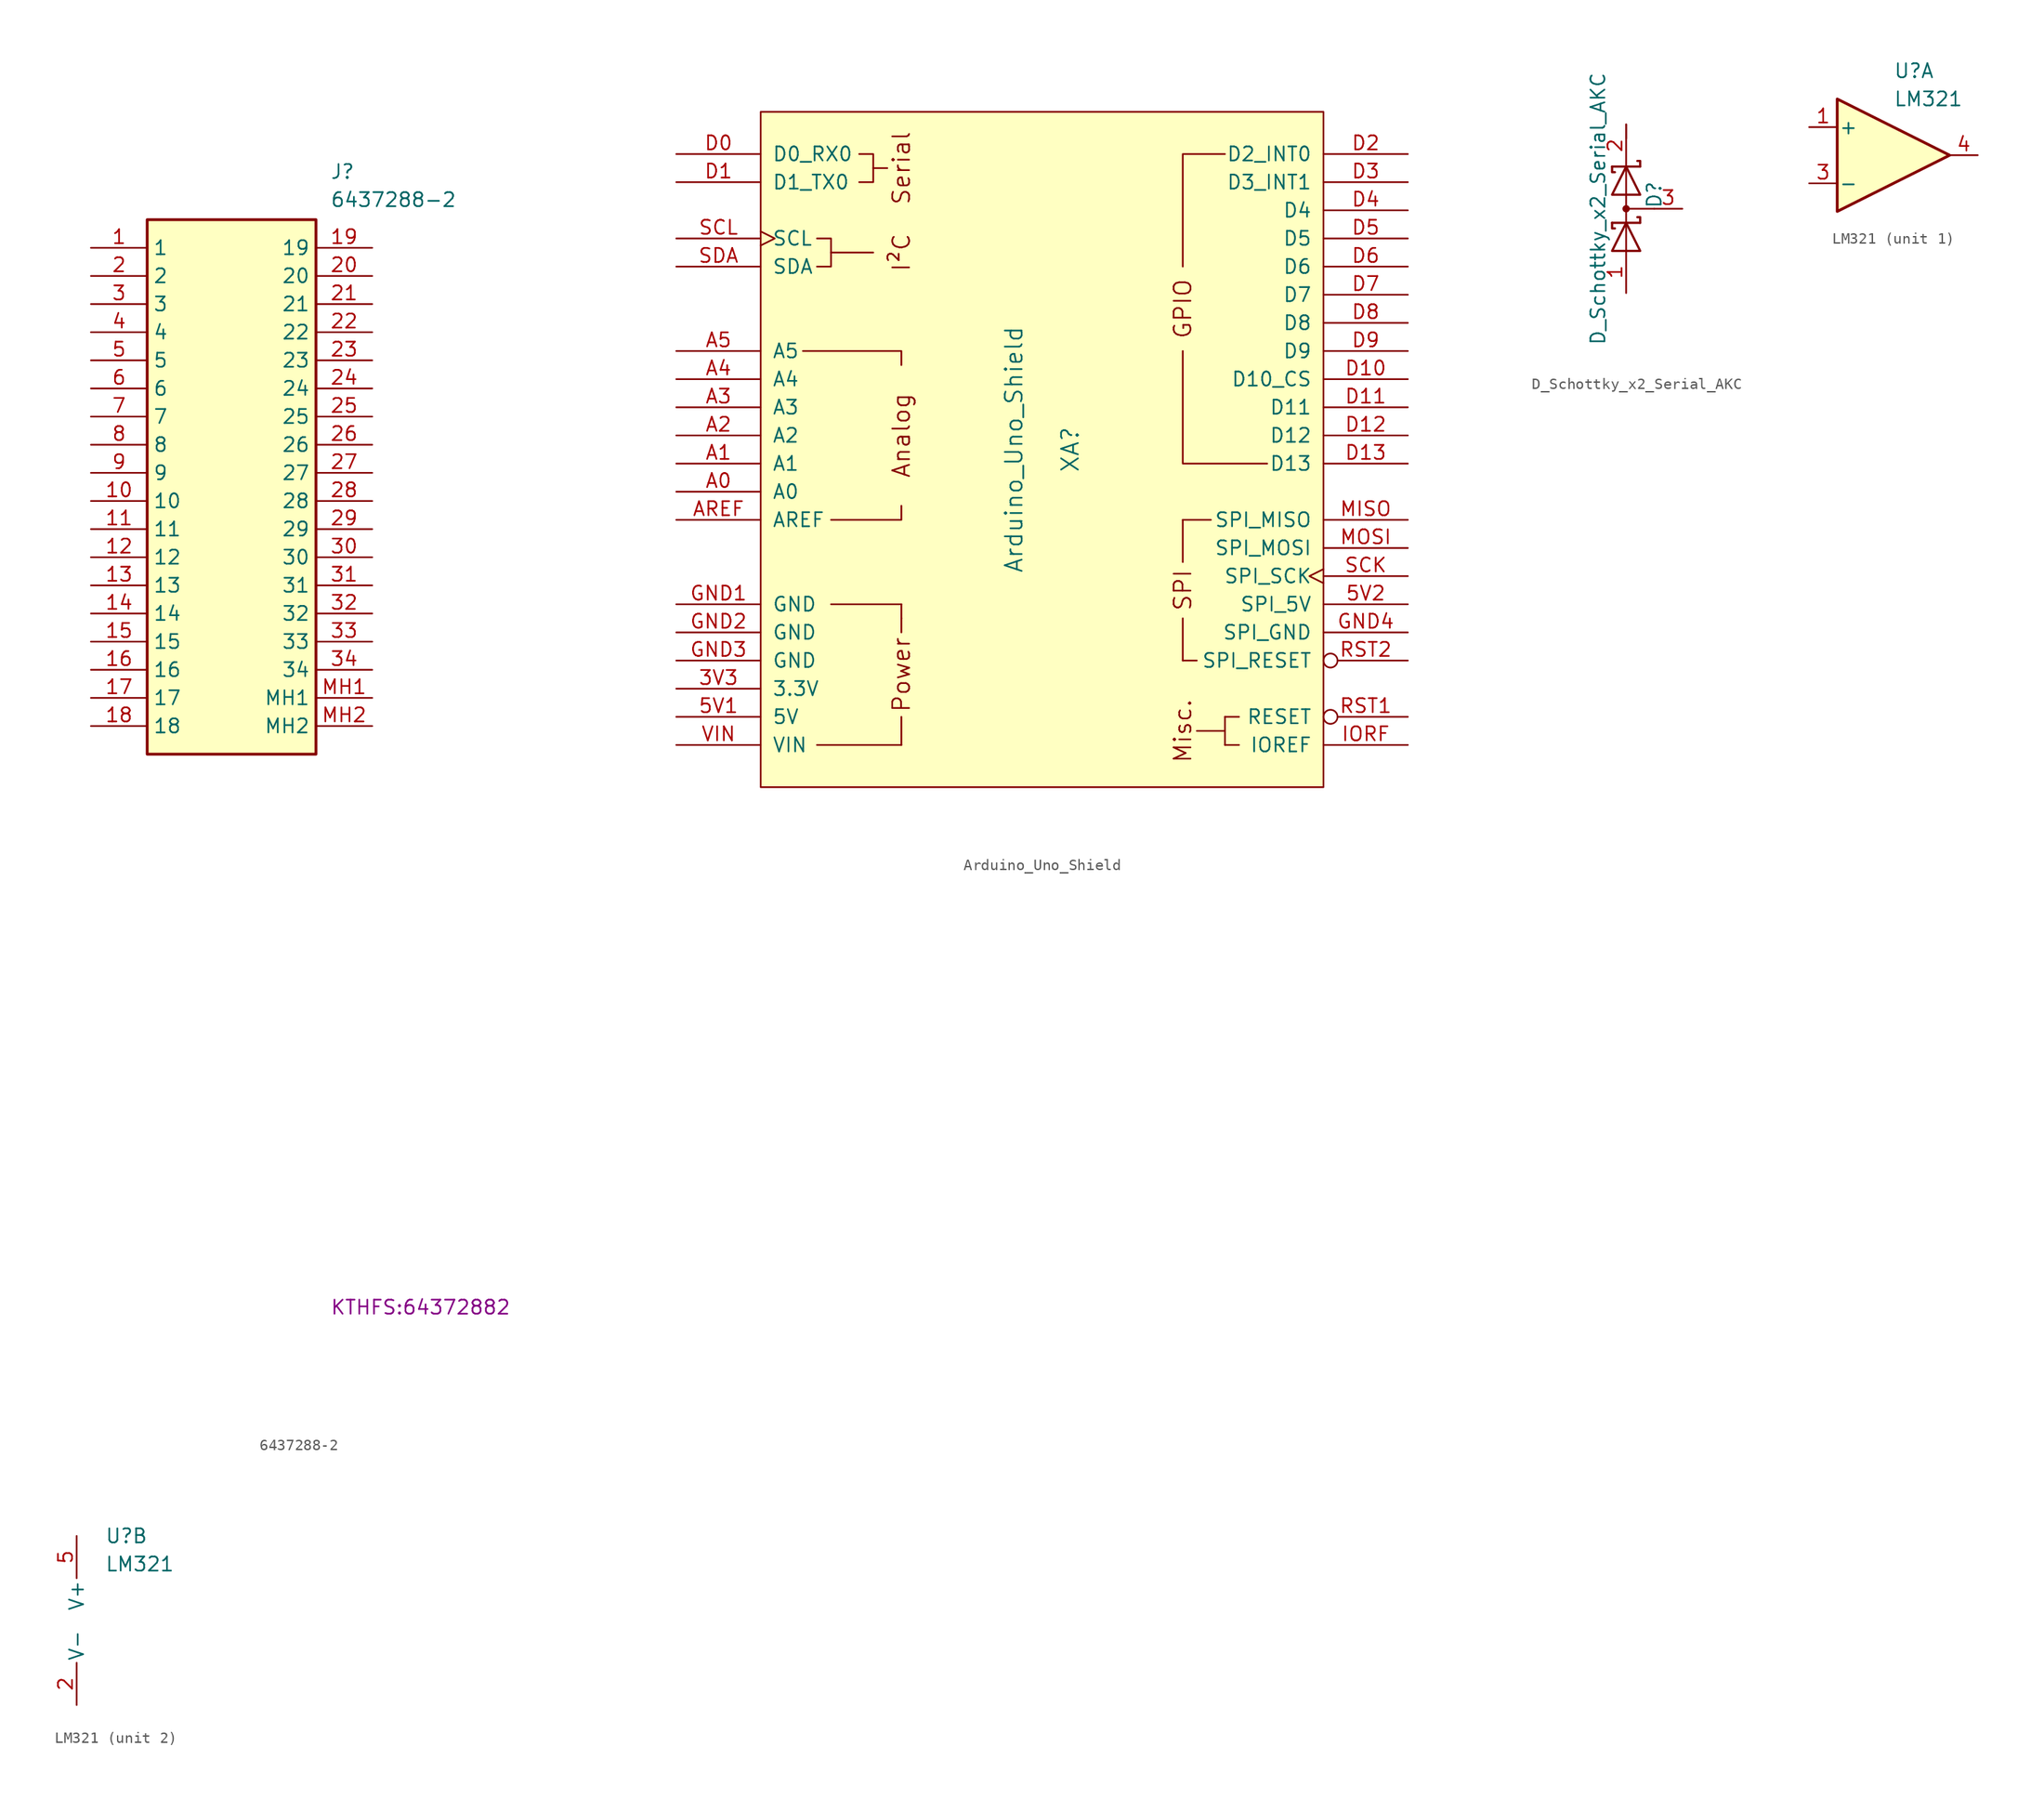
<source format=kicad_sym>
(kicad_symbol_lib
  (version 20241209)
  (generator "kicad_symbol_editor")
  (generator_version "9.0")
  (symbol "6437288-2"
    (property "Reference" "J"
      (at 21.59 7.62 0)
      (effects (font (size 1.27 1.27)) (justify left top)))
    (property "Value" "6437288-2"
      (at 21.59 5.08 0)
      (effects (font (size 1.27 1.27)) (justify left top)))
    (property "Footprint" "KTHFS:64372882"
      (at 21.59 -94.92 0)
      (effects (font (size 1.27 1.27)) (justify left top)))
    (symbol "6437288-2_1_1"
      (rectangle (start 5.08 2.54) (end 20.32 -45.72) (stroke (width 0.254) (type default)) (fill (type background)))
      (pin passive line (at 0 0 0) (length 5.08) (name "1" (effects (font (size 1.27 1.27)))) (number "1" (effects (font (size 1.27 1.27)))))
      (pin passive line (at 0 -2.54 0) (length 5.08) (name "2" (effects (font (size 1.27 1.27)))) (number "2" (effects (font (size 1.27 1.27)))))
      (pin passive line (at 0 -5.08 0) (length 5.08) (name "3" (effects (font (size 1.27 1.27)))) (number "3" (effects (font (size 1.27 1.27)))))
      (pin passive line (at 0 -7.62 0) (length 5.08) (name "4" (effects (font (size 1.27 1.27)))) (number "4" (effects (font (size 1.27 1.27)))))
      (pin passive line (at 0 -10.16 0) (length 5.08) (name "5" (effects (font (size 1.27 1.27)))) (number "5" (effects (font (size 1.27 1.27)))))
      (pin passive line (at 0 -12.7 0) (length 5.08) (name "6" (effects (font (size 1.27 1.27)))) (number "6" (effects (font (size 1.27 1.27)))))
      (pin passive line (at 0 -15.24 0) (length 5.08) (name "7" (effects (font (size 1.27 1.27)))) (number "7" (effects (font (size 1.27 1.27)))))
      (pin passive line (at 0 -17.78 0) (length 5.08) (name "8" (effects (font (size 1.27 1.27)))) (number "8" (effects (font (size 1.27 1.27)))))
      (pin passive line (at 0 -20.32 0) (length 5.08) (name "9" (effects (font (size 1.27 1.27)))) (number "9" (effects (font (size 1.27 1.27)))))
      (pin passive line (at 0 -22.86 0) (length 5.08) (name "10" (effects (font (size 1.27 1.27)))) (number "10" (effects (font (size 1.27 1.27)))))
      (pin passive line (at 0 -25.4 0) (length 5.08) (name "11" (effects (font (size 1.27 1.27)))) (number "11" (effects (font (size 1.27 1.27)))))
      (pin passive line (at 0 -27.94 0) (length 5.08) (name "12" (effects (font (size 1.27 1.27)))) (number "12" (effects (font (size 1.27 1.27)))))
      (pin passive line (at 0 -30.48 0) (length 5.08) (name "13" (effects (font (size 1.27 1.27)))) (number "13" (effects (font (size 1.27 1.27)))))
      (pin passive line (at 0 -33.02 0) (length 5.08) (name "14" (effects (font (size 1.27 1.27)))) (number "14" (effects (font (size 1.27 1.27)))))
      (pin passive line (at 0 -35.56 0) (length 5.08) (name "15" (effects (font (size 1.27 1.27)))) (number "15" (effects (font (size 1.27 1.27)))))
      (pin passive line (at 0 -38.1 0) (length 5.08) (name "16" (effects (font (size 1.27 1.27)))) (number "16" (effects (font (size 1.27 1.27)))))
      (pin passive line (at 0 -40.64 0) (length 5.08) (name "17" (effects (font (size 1.27 1.27)))) (number "17" (effects (font (size 1.27 1.27)))))
      (pin passive line (at 0 -43.18 0) (length 5.08) (name "18" (effects (font (size 1.27 1.27)))) (number "18" (effects (font (size 1.27 1.27)))))
      (pin passive line (at 25.4 0 180) (length 5.08) (name "19" (effects (font (size 1.27 1.27)))) (number "19" (effects (font (size 1.27 1.27)))))
      (pin passive line (at 25.4 -2.54 180) (length 5.08) (name "20" (effects (font (size 1.27 1.27)))) (number "20" (effects (font (size 1.27 1.27)))))
      (pin passive line (at 25.4 -5.08 180) (length 5.08) (name "21" (effects (font (size 1.27 1.27)))) (number "21" (effects (font (size 1.27 1.27)))))
      (pin passive line (at 25.4 -7.62 180) (length 5.08) (name "22" (effects (font (size 1.27 1.27)))) (number "22" (effects (font (size 1.27 1.27)))))
      (pin passive line (at 25.4 -10.16 180) (length 5.08) (name "23" (effects (font (size 1.27 1.27)))) (number "23" (effects (font (size 1.27 1.27)))))
      (pin passive line (at 25.4 -12.7 180) (length 5.08) (name "24" (effects (font (size 1.27 1.27)))) (number "24" (effects (font (size 1.27 1.27)))))
      (pin passive line (at 25.4 -15.24 180) (length 5.08) (name "25" (effects (font (size 1.27 1.27)))) (number "25" (effects (font (size 1.27 1.27)))))
      (pin passive line (at 25.4 -17.78 180) (length 5.08) (name "26" (effects (font (size 1.27 1.27)))) (number "26" (effects (font (size 1.27 1.27)))))
      (pin passive line (at 25.4 -20.32 180) (length 5.08) (name "27" (effects (font (size 1.27 1.27)))) (number "27" (effects (font (size 1.27 1.27)))))
      (pin passive line (at 25.4 -22.86 180) (length 5.08) (name "28" (effects (font (size 1.27 1.27)))) (number "28" (effects (font (size 1.27 1.27)))))
      (pin passive line (at 25.4 -25.4 180) (length 5.08) (name "29" (effects (font (size 1.27 1.27)))) (number "29" (effects (font (size 1.27 1.27)))))
      (pin passive line (at 25.4 -27.94 180) (length 5.08) (name "30" (effects (font (size 1.27 1.27)))) (number "30" (effects (font (size 1.27 1.27)))))
      (pin passive line (at 25.4 -30.48 180) (length 5.08) (name "31" (effects (font (size 1.27 1.27)))) (number "31" (effects (font (size 1.27 1.27)))))
      (pin passive line (at 25.4 -33.02 180) (length 5.08) (name "32" (effects (font (size 1.27 1.27)))) (number "32" (effects (font (size 1.27 1.27)))))
      (pin passive line (at 25.4 -35.56 180) (length 5.08) (name "33" (effects (font (size 1.27 1.27)))) (number "33" (effects (font (size 1.27 1.27)))))
      (pin passive line (at 25.4 -38.1 180) (length 5.08) (name "34" (effects (font (size 1.27 1.27)))) (number "34" (effects (font (size 1.27 1.27)))))
      (pin passive line (at 25.4 -40.64 180) (length 5.08) (name "MH1" (effects (font (size 1.27 1.27)))) (number "MH1" (effects (font (size 1.27 1.27)))))
      (pin passive line (at 25.4 -43.18 180) (length 5.08) (name "MH2" (effects (font (size 1.27 1.27)))) (number "MH2" (effects (font (size 1.27 1.27)))))))
  (symbol "Arduino_Uno_Shield"
    (pin_names
      (offset 1.016))
    (property "Reference" "XA"
      (at 2.54 0 90)
      (effects (font (size 1.524 1.524))))
    (property "Value" "Arduino_Uno_Shield"
      (at -2.54 0 90)
      (effects (font (size 1.524 1.524))))
    (symbol "Arduino_Uno_Shield_0_0"
      (rectangle (start -25.4 30.48) (end 25.4 -30.48) (stroke (width 0) (type solid)) (fill (type background)))
      (polyline (pts (xy -20.32 19.05) (xy -19.05 19.05) (xy -19.05 16.51) (xy -20.32 16.51)) (stroke (width 0) (type solid)) (fill (type none)))
      (rectangle (start -20.32 -26.67) (end -12.7 -26.67) (stroke (width 0) (type solid)) (fill (type none)))
      (polyline (pts (xy -19.05 17.78) (xy -15.24 17.78)) (stroke (width 0) (type solid)) (fill (type none)))
      (rectangle (start -19.05 -13.97) (end -12.7 -13.97) (stroke (width 0) (type solid)) (fill (type none)))
      (polyline (pts (xy -16.51 26.67) (xy -15.24 26.67) (xy -15.24 24.13) (xy -16.51 24.13)) (stroke (width 0) (type solid)) (fill (type none)))
      (polyline (pts (xy -15.24 25.4) (xy -13.97 25.4)) (stroke (width 0) (type solid)) (fill (type none)))
      (polyline (pts (xy -12.7 7.62) (xy -12.7 8.89) (xy -21.59 8.89)) (stroke (width 0) (type solid)) (fill (type none)))
      (polyline (pts (xy -12.7 -5.08) (xy -12.7 -6.35) (xy -19.05 -6.35)) (stroke (width 0) (type solid)) (fill (type none)))
      (polyline (pts (xy -12.7 -13.97) (xy -12.7 -15.24)) (stroke (width 0) (type solid)) (fill (type none)))
      (polyline (pts (xy -12.7 -15.24) (xy -12.7 -16.51)) (stroke (width 0) (type solid)) (fill (type none)))
      (polyline (pts (xy -12.7 -26.67) (xy -12.7 -24.13)) (stroke (width 0) (type solid)) (fill (type none)))
      (polyline (pts (xy 12.7 16.51) (xy 12.7 26.67) (xy 16.51 26.67)) (stroke (width 0) (type solid)) (fill (type none)))
      (polyline (pts (xy 12.7 8.89) (xy 12.7 -1.27) (xy 20.32 -1.27)) (stroke (width 0) (type solid)) (fill (type none)))
      (rectangle (start 12.7 -10.16) (end 12.7 -6.35) (stroke (width 0) (type solid)) (fill (type none)))
      (rectangle (start 12.7 -19.05) (end 12.7 -15.24) (stroke (width 0) (type solid)) (fill (type none)))
      (rectangle (start 13.97 -19.05) (end 12.7 -19.05) (stroke (width 0) (type solid)) (fill (type none)))
      (rectangle (start 15.24 -6.35) (end 12.7 -6.35) (stroke (width 0) (type solid)) (fill (type none)))
      (rectangle (start 16.51 -24.13) (end 16.51 -26.67) (stroke (width 0) (type solid)) (fill (type none)))
      (rectangle (start 16.51 -25.4) (end 13.97 -25.4) (stroke (width 0) (type solid)) (fill (type none)))
      (rectangle (start 17.78 -24.13) (end 16.51 -24.13) (stroke (width 0) (type solid)) (fill (type none)))
      (rectangle (start 17.78 -26.67) (end 16.51 -26.67) (stroke (width 0) (type solid)) (fill (type none)))
      (text "Serial" (at -12.7 25.4 900) (effects (font (size 1.524 1.524))))
      (text "I²C" (at -12.7 17.78 900) (effects (font (size 1.524 1.524))))
      (text "Analog" (at -12.7 1.27 900) (effects (font (size 1.524 1.524))))
      (text "Power" (at -12.7 -20.32 900) (effects (font (size 1.524 1.524))))
      (text "SPI" (at 12.7 -12.7 900) (effects (font (size 1.524 1.524))))
      (text "Misc." (at 12.7 -25.4 900) (effects (font (size 1.524 1.524)))))
    (symbol "Arduino_Uno_Shield_1_0"
      (text "GPIO" (at 12.7 12.7 900) (effects (font (size 1.524 1.524)))))
    (symbol "Arduino_Uno_Shield_1_1"
      (pin bidirectional line (at -33.02 26.67 0) (length 7.62) (name "D0_RX0" (effects (font (size 1.27 1.27)))) (number "D0" (effects (font (size 1.27 1.27)))))
      (pin bidirectional line (at -33.02 24.13 0) (length 7.62) (name "D1_TX0" (effects (font (size 1.27 1.27)))) (number "D1" (effects (font (size 1.27 1.27)))))
      (pin bidirectional clock (at -33.02 19.05 0) (length 7.62) (name "SCL" (effects (font (size 1.27 1.27)))) (number "SCL" (effects (font (size 1.27 1.27)))))
      (pin bidirectional line (at -33.02 16.51 0) (length 7.62) (name "SDA" (effects (font (size 1.27 1.27)))) (number "SDA" (effects (font (size 1.27 1.27)))))
      (pin bidirectional line (at -33.02 8.89 0) (length 7.62) (name "A5" (effects (font (size 1.27 1.27)))) (number "A5" (effects (font (size 1.27 1.27)))))
      (pin bidirectional line (at -33.02 6.35 0) (length 7.62) (name "A4" (effects (font (size 1.27 1.27)))) (number "A4" (effects (font (size 1.27 1.27)))))
      (pin bidirectional line (at -33.02 3.81 0) (length 7.62) (name "A3" (effects (font (size 1.27 1.27)))) (number "A3" (effects (font (size 1.27 1.27)))))
      (pin bidirectional line (at -33.02 1.27 0) (length 7.62) (name "A2" (effects (font (size 1.27 1.27)))) (number "A2" (effects (font (size 1.27 1.27)))))
      (pin bidirectional line (at -33.02 -1.27 0) (length 7.62) (name "A1" (effects (font (size 1.27 1.27)))) (number "A1" (effects (font (size 1.27 1.27)))))
      (pin bidirectional line (at -33.02 -3.81 0) (length 7.62) (name "A0" (effects (font (size 1.27 1.27)))) (number "A0" (effects (font (size 1.27 1.27)))))
      (pin input line (at -33.02 -6.35 0) (length 7.62) (name "AREF" (effects (font (size 1.27 1.27)))) (number "AREF" (effects (font (size 1.27 1.27)))))
      (pin power_in line (at -33.02 -13.97 0) (length 7.62) (name "GND" (effects (font (size 1.27 1.27)))) (number "GND1" (effects (font (size 1.27 1.27)))))
      (pin power_in line (at -33.02 -16.51 0) (length 7.62) (name "GND" (effects (font (size 1.27 1.27)))) (number "GND2" (effects (font (size 1.27 1.27)))))
      (pin power_in line (at -33.02 -19.05 0) (length 7.62) (name "GND" (effects (font (size 1.27 1.27)))) (number "GND3" (effects (font (size 1.27 1.27)))))
      (pin power_in line (at -33.02 -21.59 0) (length 7.62) (name "3.3V" (effects (font (size 1.27 1.27)))) (number "3V3" (effects (font (size 1.27 1.27)))))
      (pin power_in line (at -33.02 -24.13 0) (length 7.62) (name "5V" (effects (font (size 1.27 1.27)))) (number "5V1" (effects (font (size 1.27 1.27)))))
      (pin power_in line (at -33.02 -26.67 0) (length 7.62) (name "VIN" (effects (font (size 1.27 1.27)))) (number "VIN" (effects (font (size 1.27 1.27)))))
      (pin bidirectional line (at 33.02 26.67 180) (length 7.62) (name "D2_INT0" (effects (font (size 1.27 1.27)))) (number "D2" (effects (font (size 1.27 1.27)))))
      (pin bidirectional line (at 33.02 24.13 180) (length 7.62) (name "D3_INT1" (effects (font (size 1.27 1.27)))) (number "D3" (effects (font (size 1.27 1.27)))))
      (pin bidirectional line (at 33.02 21.59 180) (length 7.62) (name "D4" (effects (font (size 1.27 1.27)))) (number "D4" (effects (font (size 1.27 1.27)))))
      (pin bidirectional line (at 33.02 19.05 180) (length 7.62) (name "D5" (effects (font (size 1.27 1.27)))) (number "D5" (effects (font (size 1.27 1.27)))))
      (pin bidirectional line (at 33.02 16.51 180) (length 7.62) (name "D6" (effects (font (size 1.27 1.27)))) (number "D6" (effects (font (size 1.27 1.27)))))
      (pin bidirectional line (at 33.02 13.97 180) (length 7.62) (name "D7" (effects (font (size 1.27 1.27)))) (number "D7" (effects (font (size 1.27 1.27)))))
      (pin bidirectional line (at 33.02 11.43 180) (length 7.62) (name "D8" (effects (font (size 1.27 1.27)))) (number "D8" (effects (font (size 1.27 1.27)))))
      (pin bidirectional line (at 33.02 8.89 180) (length 7.62) (name "D9" (effects (font (size 1.27 1.27)))) (number "D9" (effects (font (size 1.27 1.27)))))
      (pin bidirectional line (at 33.02 6.35 180) (length 7.62) (name "D10_CS" (effects (font (size 1.27 1.27)))) (number "D10" (effects (font (size 1.27 1.27)))))
      (pin bidirectional line (at 33.02 3.81 180) (length 7.62) (name "D11" (effects (font (size 1.27 1.27)))) (number "D11" (effects (font (size 1.27 1.27)))))
      (pin bidirectional line (at 33.02 1.27 180) (length 7.62) (name "D12" (effects (font (size 1.27 1.27)))) (number "D12" (effects (font (size 1.27 1.27)))))
      (pin bidirectional line (at 33.02 -1.27 180) (length 7.62) (name "D13" (effects (font (size 1.27 1.27)))) (number "D13" (effects (font (size 1.27 1.27)))))
      (pin input line (at 33.02 -6.35 180) (length 7.62) (name "SPI_MISO" (effects (font (size 1.27 1.27)))) (number "MISO" (effects (font (size 1.27 1.27)))))
      (pin output line (at 33.02 -8.89 180) (length 7.62) (name "SPI_MOSI" (effects (font (size 1.27 1.27)))) (number "MOSI" (effects (font (size 1.27 1.27)))))
      (pin output clock (at 33.02 -11.43 180) (length 7.62) (name "SPI_SCK" (effects (font (size 1.27 1.27)))) (number "SCK" (effects (font (size 1.27 1.27)))))
      (pin power_in line (at 33.02 -13.97 180) (length 7.62) (name "SPI_5V" (effects (font (size 1.27 1.27)))) (number "5V2" (effects (font (size 1.27 1.27)))))
      (pin power_in line (at 33.02 -16.51 180) (length 7.62) (name "SPI_GND" (effects (font (size 1.27 1.27)))) (number "GND4" (effects (font (size 1.27 1.27)))))
      (pin open_collector inverted (at 33.02 -19.05 180) (length 7.62) (name "SPI_RESET" (effects (font (size 1.27 1.27)))) (number "RST2" (effects (font (size 1.27 1.27)))))
      (pin open_collector inverted (at 33.02 -24.13 180) (length 7.62) (name "RESET" (effects (font (size 1.27 1.27)))) (number "RST1" (effects (font (size 1.27 1.27)))))
      (pin output line (at 33.02 -26.67 180) (length 7.62) (name "IOREF" (effects (font (size 1.27 1.27)))) (number "IORF" (effects (font (size 1.27 1.27)))))))
  (symbol "D_Schottky_x2_Serial_AKC"
    (pin_names
      (offset 0.762)
      (hide yes))
    (property "Reference" "D"
      (at 2.54 1.27 90)
      (effects (font (size 1.27 1.27))))
    (property "Value" "D_Schottky_x2_Serial_AKC"
      (at -2.54 0 90)
      (effects (font (size 1.27 1.27))))
    (symbol "D_Schottky_x2_Serial_AKC_0_1"
      (polyline (pts (xy -1.27 3.81) (xy 1.27 3.81) (xy 1.27 3.81)) (stroke (width 0.203) (type solid)) (fill (type none)))
      (polyline (pts (xy -1.27 3.81) (xy -1.27 3.302) (xy -1.016 3.302) (xy -1.016 3.302)) (stroke (width 0.203) (type solid)) (fill (type none)))
      (polyline (pts (xy -1.27 1.27) (xy 0 3.81) (xy 1.27 1.27) (xy -1.27 1.27) (xy -1.27 1.27) (xy -1.27 1.27)) (stroke (width 0.203) (type solid)) (fill (type none)))
      (polyline (pts (xy -1.27 -3.81) (xy 0 -1.27) (xy 1.27 -3.81) (xy -1.27 -3.81) (xy -1.27 -3.81) (xy -1.27 -3.81)) (stroke (width 0.203) (type solid)) (fill (type none)))
      (polyline (pts (xy -1.016 -1.778) (xy -1.27 -1.778) (xy -1.27 -1.27) (xy -1.27 -1.27) (xy -1.27 -1.27)) (stroke (width 0.203) (type solid)) (fill (type none)))
      (polyline (pts (xy 0 6.35) (xy 0 7.62)) (stroke (width 0) (type solid)) (fill (type none)))
      (polyline (pts (xy 0 0) (xy 2.54 0)) (stroke (width 0) (type solid)) (fill (type none)))
      (circle (center 0 0) (radius 0.254) (stroke (width 0) (type solid)) (fill (type outline)))
      (polyline (pts (xy 0 -3.81) (xy 0 3.81)) (stroke (width 0) (type solid)) (fill (type none)))
      (polyline (pts (xy 1.27 3.81) (xy 1.27 4.318) (xy 1.016 4.318) (xy 1.016 4.318)) (stroke (width 0.203) (type solid)) (fill (type none)))
      (polyline (pts (xy 1.27 -1.27) (xy -1.27 -1.27) (xy -1.27 -1.27)) (stroke (width 0.203) (type solid)) (fill (type none)))
      (polyline (pts (xy 1.27 -1.27) (xy 1.27 -0.762) (xy 1.016 -0.762) (xy 1.016 -0.762)) (stroke (width 0.203) (type solid)) (fill (type none)))
      (pin passive line (at 0 7.62 270) (length 3.81) (name "K" (effects (font (size 1.27 1.27)))) (number "2" (effects (font (size 1.27 1.27)))))
      (pin passive line (at 0 -7.62 90) (length 3.81) (name "A" (effects (font (size 1.27 1.27)))) (number "1" (effects (font (size 1.27 1.27)))))
      (pin passive line (at 5.08 0 180) (length 2.54) (name "common" (effects (font (size 1.27 1.27)))) (number "3" (effects (font (size 1.27 1.27)))))))
  (symbol "LM321"
    (pin_names
      (offset 0.127))
    (property "Reference" "U"
      (at 0 7.62 0)
      (effects (font (size 1.27 1.27)) (justify left)))
    (property "Value" "LM321"
      (at 0 5.08 0)
      (effects (font (size 1.27 1.27)) (justify left)))
    (property "ki_locked" ""
      (at 0 0 0)
      (effects (font (size 1.27 1.27))))
    (symbol "LM321_1_1"
      (polyline (pts (xy -5.08 5.08) (xy 5.08 0) (xy -5.08 -5.08) (xy -5.08 5.08)) (stroke (width 0.254) (type solid)) (fill (type background)))
      (pin input line (at -7.62 2.54 0) (length 2.54) (name "+" (effects (font (size 1.27 1.27)))) (number "1" (effects (font (size 1.27 1.27)))))
      (pin input line (at -7.62 -2.54 0) (length 2.54) (name "-" (effects (font (size 1.27 1.27)))) (number "3" (effects (font (size 1.27 1.27)))))
      (pin output line (at 7.62 0 180) (length 2.54) (name "~" (effects (font (size 1.27 1.27)))) (number "4" (effects (font (size 1.27 1.27))))))
    (symbol "LM321_2_1"
      (pin power_in line (at -2.54 7.62 270) (length 3.81) (name "V+" (effects (font (size 1.27 1.27)))) (number "5" (effects (font (size 1.27 1.27)))))
      (pin power_in line (at -2.54 -7.62 90) (length 3.81) (name "V-" (effects (font (size 1.27 1.27)))) (number "2" (effects (font (size 1.27 1.27))))))))
</source>
